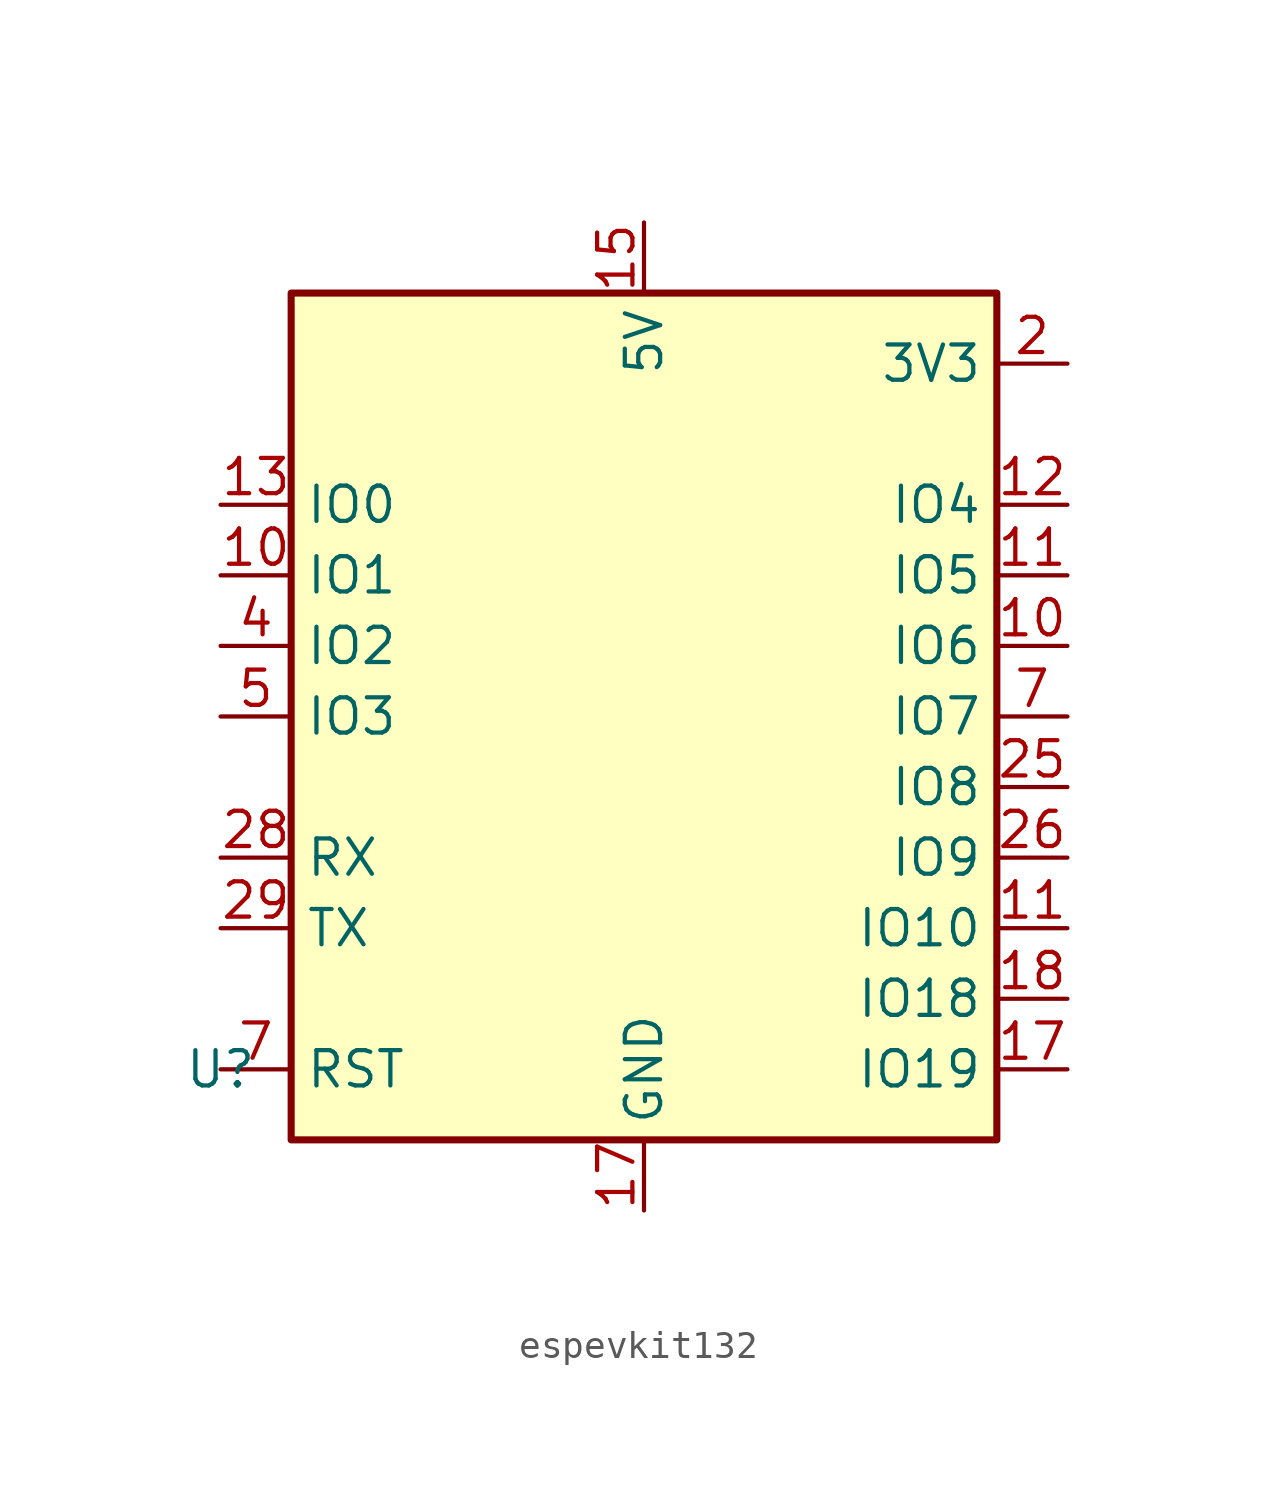
<source format=kicad_sym>
(kicad_symbol_lib
  (version 20231120)
  (generator "kicad_symbol_editor")
  (generator_version "8.0")
  (symbol "espevkit132"
    (property "Reference" "U"
      (at 0 0 0)
      (effects (font (size 1.27 1.27))))
    (property "Value" ""
      (at 0 0 0)
      (effects (font (size 1.27 1.27))))
    (symbol "espevkit132_1_1"
      (rectangle (start 2.54 27.94) (end 27.94 -2.54) (stroke (width 0.254) (type default)) (fill (type background)))
      (pin bidirectional line (at 0 17.78 0) (length 2.54) (name "IO1" (effects (font (size 1.27 1.27)))) (number "10" (effects (font (size 1.27 1.27)))) (alternate "ADC1_CH1" passive line) (alternate "XTAL_32K_N" passive line))
      (pin bidirectional line (at 30.48 15.24 180) (length 2.54) (name "IO6" (effects (font (size 1.27 1.27)))) (number "10" (effects (font (size 1.27 1.27)))) (alternate "FSPICLK" passive line) (alternate "MTCK" passive line))
      (pin bidirectional line (at 30.48 5.08 180) (length 2.54) (name "IO10" (effects (font (size 1.27 1.27)))) (number "11" (effects (font (size 1.27 1.27)))) (alternate "FSPICS0" passive line))
      (pin bidirectional line (at 30.48 17.78 180) (length 2.54) (name "IO5" (effects (font (size 1.27 1.27)))) (number "11" (effects (font (size 1.27 1.27)))) (alternate "ADC2_CH0" passive line) (alternate "FSPIWP" passive line) (alternate "MTDI" passive line))
      (pin passive line (at 15.24 -5.08 90) (length 2.54) hide (name "GND" (effects (font (size 1.27 1.27)))) (number "12" (effects (font (size 1.27 1.27)))))
      (pin bidirectional line (at 30.48 20.32 180) (length 2.54) (name "IO4" (effects (font (size 1.27 1.27)))) (number "12" (effects (font (size 1.27 1.27)))) (alternate "ADC1_CH4" passive line) (alternate "FSPIHD" passive line) (alternate "MTMS" passive line))
      (pin bidirectional line (at 0 20.32 0) (length 2.54) (name "IO0" (effects (font (size 1.27 1.27)))) (number "13" (effects (font (size 1.27 1.27)))) (alternate "ADC1_CH0" passive line) (alternate "XTAL_32K_P" passive line))
      (pin passive line (at 15.24 30.48 270) (length 2.54) hide (name "5V" (effects (font (size 1.27 1.27)))) (number "14" (effects (font (size 1.27 1.27)))))
      (pin passive line (at 15.24 30.48 270) (length 2.54) (name "5V" (effects (font (size 1.27 1.27)))) (number "15" (effects (font (size 1.27 1.27)))))
      (pin passive line (at 15.24 -5.08 90) (length 2.54) hide (name "GND" (effects (font (size 1.27 1.27)))) (number "15" (effects (font (size 1.27 1.27)))))
      (pin passive line (at 15.24 -5.08 90) (length 2.54) hide (name "GND" (effects (font (size 1.27 1.27)))) (number "16" (effects (font (size 1.27 1.27)))))
      (pin power_in line (at 15.24 -5.08 90) (length 2.54) (name "GND" (effects (font (size 1.27 1.27)))) (number "17" (effects (font (size 1.27 1.27)))))
      (pin bidirectional line (at 30.48 0 180) (length 2.54) (name "IO19" (effects (font (size 1.27 1.27)))) (number "17" (effects (font (size 1.27 1.27)))) (alternate "USB_D+" passive line))
      (pin bidirectional line (at 30.48 2.54 180) (length 2.54) (name "IO18" (effects (font (size 1.27 1.27)))) (number "18" (effects (font (size 1.27 1.27)))) (alternate "USB_D-" passive line))
      (pin passive line (at 15.24 -5.08 90) (length 2.54) hide (name "GND" (effects (font (size 1.27 1.27)))) (number "19" (effects (font (size 1.27 1.27)))))
      (pin power_out line (at 30.48 25.4 180) (length 2.54) (name "3V3" (effects (font (size 1.27 1.27)))) (number "2" (effects (font (size 1.27 1.27)))))
      (pin passive line (at 15.24 -5.08 90) (length 2.54) hide (name "GND" (effects (font (size 1.27 1.27)))) (number "24" (effects (font (size 1.27 1.27)))))
      (pin bidirectional line (at 30.48 10.16 180) (length 2.54) (name "IO8" (effects (font (size 1.27 1.27)))) (number "25" (effects (font (size 1.27 1.27)))))
      (pin bidirectional line (at 30.48 7.62 180) (length 2.54) (name "IO9" (effects (font (size 1.27 1.27)))) (number "26" (effects (font (size 1.27 1.27)))))
      (pin passive line (at 15.24 -5.08 90) (length 2.54) hide (name "GND" (effects (font (size 1.27 1.27)))) (number "27" (effects (font (size 1.27 1.27)))))
      (pin input line (at 0 7.62 0) (length 2.54) (name "RX" (effects (font (size 1.27 1.27)))) (number "28" (effects (font (size 1.27 1.27)))) (alternate "IO20" passive line))
      (pin output line (at 0 5.08 0) (length 2.54) (name "TX" (effects (font (size 1.27 1.27)))) (number "29" (effects (font (size 1.27 1.27)))) (alternate "IO21" passive line))
      (pin passive line (at 30.48 25.4 180) (length 2.54) hide (name "3V3" (effects (font (size 1.27 1.27)))) (number "3" (effects (font (size 1.27 1.27)))))
      (pin passive line (at 15.24 -5.08 90) (length 2.54) hide (name "GND" (effects (font (size 1.27 1.27)))) (number "30" (effects (font (size 1.27 1.27)))))
      (pin bidirectional line (at 0 15.24 0) (length 2.54) (name "IO2" (effects (font (size 1.27 1.27)))) (number "4" (effects (font (size 1.27 1.27)))) (alternate "ADC1_CH0" passive line) (alternate "FSPIQ" passive line))
      (pin bidirectional line (at 0 12.7 0) (length 2.54) (name "IO3" (effects (font (size 1.27 1.27)))) (number "5" (effects (font (size 1.27 1.27)))) (alternate "ADC1_CH3" passive line))
      (pin passive line (at 15.24 -5.08 90) (length 2.54) hide (name "GND" (effects (font (size 1.27 1.27)))) (number "6" (effects (font (size 1.27 1.27)))))
      (pin bidirectional line (at 30.48 12.7 180) (length 2.54) (name "IO7" (effects (font (size 1.27 1.27)))) (number "7" (effects (font (size 1.27 1.27)))) (alternate "FSPID" passive line) (alternate "MTDO" passive line))
      (pin input line (at 0 0 0) (length 2.54) (name "RST" (effects (font (size 1.27 1.27)))) (number "7" (effects (font (size 1.27 1.27)))))
      (pin passive line (at 15.24 -5.08 90) (length 2.54) hide (name "GND" (effects (font (size 1.27 1.27)))) (number "8" (effects (font (size 1.27 1.27))))))))
</source>
